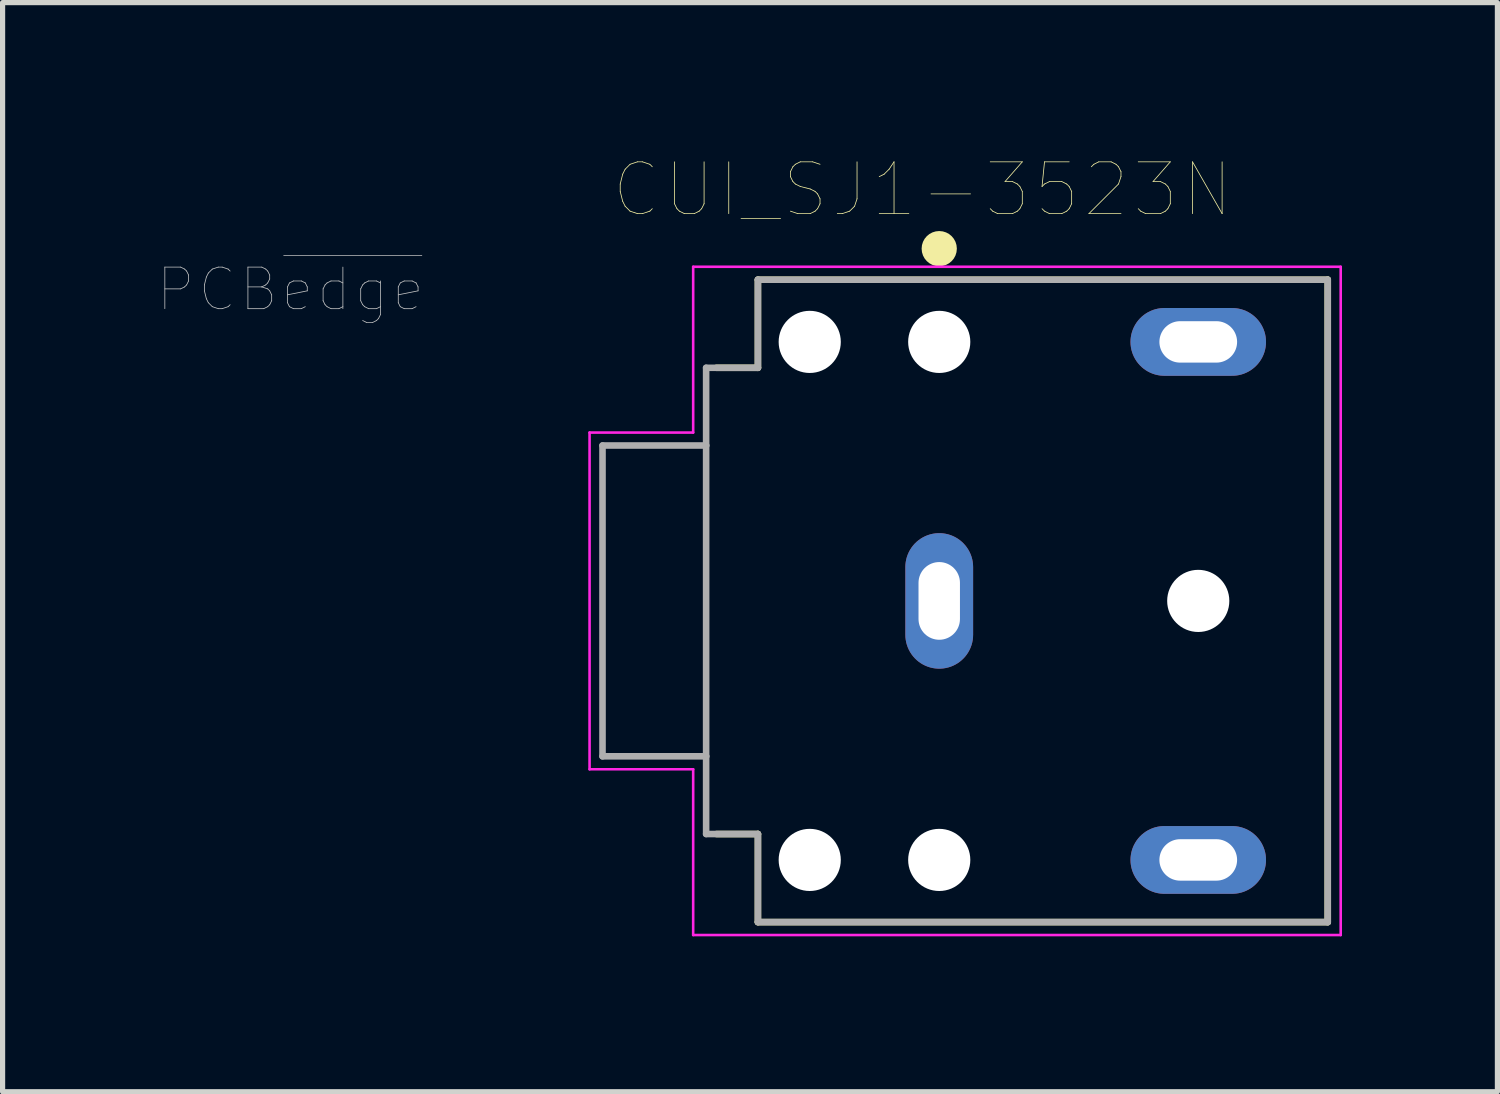
<source format=kicad_pcb>
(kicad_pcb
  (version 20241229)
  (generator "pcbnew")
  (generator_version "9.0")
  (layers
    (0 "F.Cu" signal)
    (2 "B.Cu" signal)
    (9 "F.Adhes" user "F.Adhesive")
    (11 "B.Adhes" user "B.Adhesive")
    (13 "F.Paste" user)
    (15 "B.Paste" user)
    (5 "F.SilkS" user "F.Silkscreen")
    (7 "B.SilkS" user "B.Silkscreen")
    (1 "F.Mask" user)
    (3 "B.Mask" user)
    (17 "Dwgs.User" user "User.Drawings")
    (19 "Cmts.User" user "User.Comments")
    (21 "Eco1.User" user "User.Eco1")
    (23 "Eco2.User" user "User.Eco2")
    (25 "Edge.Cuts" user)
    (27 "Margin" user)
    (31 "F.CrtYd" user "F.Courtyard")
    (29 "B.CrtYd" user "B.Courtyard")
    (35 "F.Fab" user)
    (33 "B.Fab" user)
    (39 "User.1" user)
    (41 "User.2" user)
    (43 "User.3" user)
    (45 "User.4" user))
  (footprint "CUI_SJ1-3523N"
    (layer "F.Cu")
    (at 15.081 8.55)
    (property "Reference" "CUI_SJ1-3523N" (at -0.325 -7.938 0) (layer "F.SilkS") (effects (font (size 1 1) (thickness 0.015))))
    (attr through_hole)
    (fp_line (start -3.5 -6.2) (end -3.5 -4.5) (stroke (width 0.127) (type solid)) (layer "F.SilkS"))
    (fp_line (start -3.5 -4.5) (end -4.3 -4.5) (stroke (width 0.127) (type solid)) (layer "F.SilkS"))
    (fp_line (start -3.5 4.5) (end -4.3 4.5) (stroke (width 0.127) (type solid)) (layer "F.SilkS"))
    (fp_line (start -3.5 4.5) (end -3.5 6.2) (stroke (width 0.127) (type solid)) (layer "F.SilkS"))
    (fp_line (start 7.5 -6.2) (end -3.5 -6.2) (stroke (width 0.127) (type solid)) (layer "F.SilkS"))
    (fp_line (start 7.5 -6.2) (end 7.5 6.2) (stroke (width 0.127) (type solid)) (layer "F.SilkS"))
    (fp_line (start 7.5 6.2) (end -3.5 6.2) (stroke (width 0.127) (type solid)) (layer "F.SilkS"))
    (fp_circle (center 0 -6.8) (end 0.17 -6.8) (stroke (width 0.34) (type solid)) (fill no) (layer "F.SilkS"))
    (fp_line (start -4.5 -6) (end -4.5 -2) (stroke (width 0.0001) (type solid)) (layer "Edge.Cuts"))
    (fp_line (start -4.5 -2) (end -3.3 -2) (stroke (width 0.0001) (type solid)) (layer "Edge.Cuts"))
    (fp_line (start -4.5 2) (end -4.5 6) (stroke (width 0.0001) (type solid)) (layer "Edge.Cuts"))
    (fp_line (start -3.3 -2) (end -3.3 2) (stroke (width 0.0001) (type solid)) (layer "Edge.Cuts"))
    (fp_line (start -3.3 2) (end -4.5 2) (stroke (width 0.0001) (type solid)) (layer "Edge.Cuts"))
    (fp_line (start -6.75 -3.25) (end -6.75 3.25) (stroke (width 0.05) (type solid)) (layer "F.CrtYd"))
    (fp_line (start -6.75 3.25) (end -4.75 3.25) (stroke (width 0.05) (type solid)) (layer "F.CrtYd"))
    (fp_line (start -4.75 -6.45) (end -4.75 -3.25) (stroke (width 0.05) (type solid)) (layer "F.CrtYd"))
    (fp_line (start -4.75 -6.45) (end 7.75 -6.45) (stroke (width 0.05) (type solid)) (layer "F.CrtYd"))
    (fp_line (start -4.75 -3.25) (end -6.75 -3.25) (stroke (width 0.05) (type solid)) (layer "F.CrtYd"))
    (fp_line (start -4.75 3.25) (end -4.75 6.45) (stroke (width 0.05) (type solid)) (layer "F.CrtYd"))
    (fp_line (start 7.75 -6.45) (end 7.75 6.45) (stroke (width 0.05) (type solid)) (layer "F.CrtYd"))
    (fp_line (start 7.75 6.45) (end -4.75 6.45) (stroke (width 0.05) (type solid)) (layer "F.CrtYd"))
    (fp_line (start -6.5 -3) (end -6.5 3) (stroke (width 0.127) (type solid)) (layer "F.Fab"))
    (fp_line (start -6.5 3) (end -4.5 3) (stroke (width 0.127) (type solid)) (layer "F.Fab"))
    (fp_line (start -4.5 -4.5) (end -4.5 -3) (stroke (width 0.127) (type solid)) (layer "F.Fab"))
    (fp_line (start -4.5 -3) (end -6.5 -3) (stroke (width 0.127) (type solid)) (layer "F.Fab"))
    (fp_line (start -4.5 -3) (end -4.5 3) (stroke (width 0.127) (type solid)) (layer "F.Fab"))
    (fp_line (start -4.5 3) (end -4.5 4.5) (stroke (width 0.127) (type solid)) (layer "F.Fab"))
    (fp_line (start -4.5 4.5) (end -3.5 4.5) (stroke (width 0.127) (type solid)) (layer "F.Fab"))
    (fp_line (start -3.5 -6.2) (end -3.5 -4.5) (stroke (width 0.127) (type solid)) (layer "F.Fab"))
    (fp_line (start -3.5 -4.5) (end -4.5 -4.5) (stroke (width 0.127) (type solid)) (layer "F.Fab"))
    (fp_line (start -3.5 4.5) (end -3.5 6.2) (stroke (width 0.127) (type solid)) (layer "F.Fab"))
    (fp_line (start 7.5 -6.2) (end -3.5 -6.2) (stroke (width 0.127) (type solid)) (layer "F.Fab"))
    (fp_line (start 7.5 -6.2) (end 7.5 6.2) (stroke (width 0.127) (type solid)) (layer "F.Fab"))
    (fp_line (start 7.5 6.2) (end -3.5 6.2) (stroke (width 0.127) (type solid)) (layer "F.Fab"))
    (fp_text user "PCB~{edge}" (at -12.524 -6.012 0) (layer "Dwgs.User") (effects (font (size 0.802 0.802) (thickness 0.015))))
    (pad "" np_thru_hole circle (at -2.5 -5) (size 1.2 1.2) (drill 1.2) (layers "*.Cu" "*.Mask"))
    (pad "" np_thru_hole circle (at -2.5 5) (size 1.2 1.2) (drill 1.2) (layers "*.Cu" "*.Mask"))
    (pad "" np_thru_hole circle (at 0 -5) (size 1.2 1.2) (drill 1.2) (layers "*.Cu" "*.Mask"))
    (pad "" np_thru_hole circle (at 0 5) (size 1.2 1.2) (drill 1.2) (layers "*.Cu" "*.Mask"))
    (pad "" np_thru_hole circle (at 5 0) (size 1.2 1.2) (drill 1.2) (layers "*.Cu" "*.Mask"))
    (pad "1" thru_hole oval (at 0 0) (size 1.308 2.616) (drill oval 0.8 1.5) (layers "*.Cu" "*.Mask"))
    (pad "2" thru_hole oval (at 5 5) (size 2.616 1.308) (drill oval 1.5 0.8) (layers "*.Cu" "*.Mask"))
    (pad "3" thru_hole oval (at 5 -5) (size 2.616 1.308) (drill oval 1.5 0.8) (layers "*.Cu" "*.Mask")))
  (gr_rect
    (start -3 -3)
    (end 25.856 18.025)
    (stroke (width 0.1) (type default))
    (fill no)
    (layer "Edge.Cuts")))
</source>
